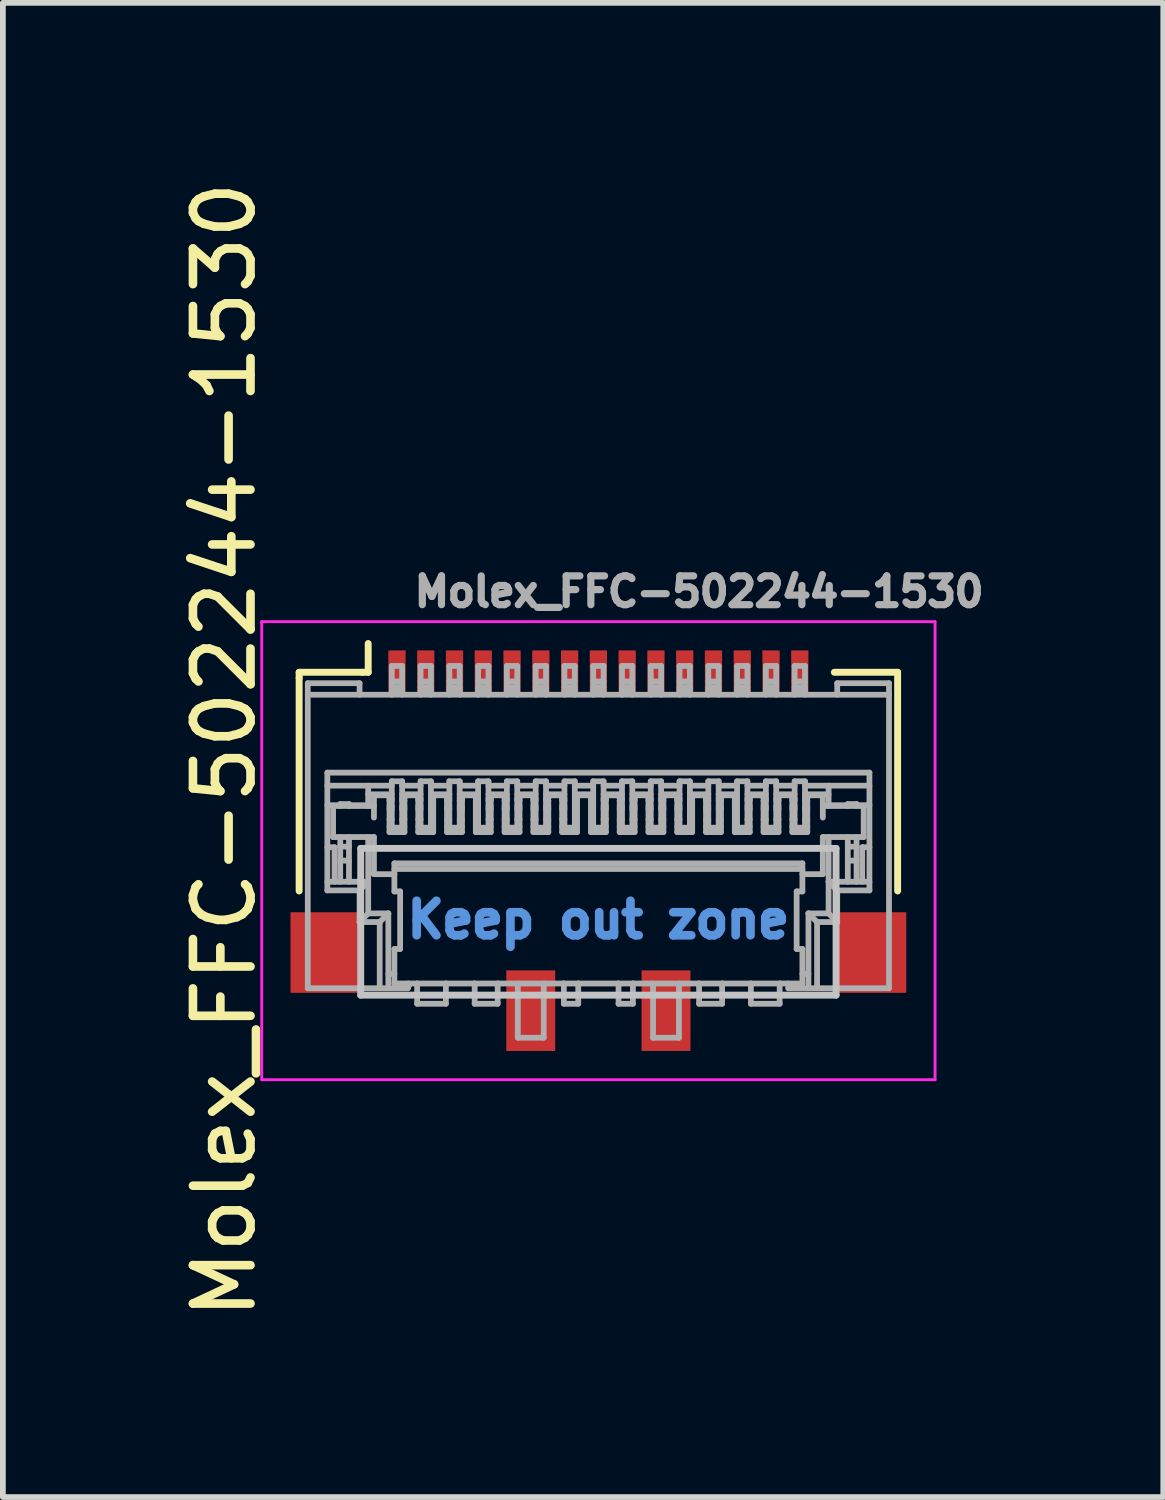
<source format=kicad_pcb>
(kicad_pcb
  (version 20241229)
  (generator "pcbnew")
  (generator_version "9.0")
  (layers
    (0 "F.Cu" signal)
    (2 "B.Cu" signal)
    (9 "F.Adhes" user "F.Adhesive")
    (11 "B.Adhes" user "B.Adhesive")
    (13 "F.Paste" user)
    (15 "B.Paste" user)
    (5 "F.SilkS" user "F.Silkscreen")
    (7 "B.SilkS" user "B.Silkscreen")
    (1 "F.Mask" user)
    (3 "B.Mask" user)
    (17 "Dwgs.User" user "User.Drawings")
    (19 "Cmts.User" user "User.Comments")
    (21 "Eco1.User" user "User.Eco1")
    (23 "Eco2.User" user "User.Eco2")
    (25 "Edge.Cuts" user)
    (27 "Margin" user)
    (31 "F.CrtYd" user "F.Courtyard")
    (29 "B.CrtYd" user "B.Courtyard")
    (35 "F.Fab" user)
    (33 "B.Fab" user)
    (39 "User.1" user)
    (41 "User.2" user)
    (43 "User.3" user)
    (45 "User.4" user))
  (footprint "Molex_FFC-502244-1530"
    (layer "F.Cu")
    (at 7.348 11.732)
    (property "Reference" "Molex_FFC-502244-1530" (at -6.5 -1.75 90) (layer "F.SilkS") (effects (font (size 1 1) (thickness 0.15))))
    (attr smd)
    (fp_line (start -5.2 -3.1) (end -4.1 -3.1) (stroke (width 0.12) (type solid)) (layer "F.SilkS"))
    (fp_line (start -5.2 -3) (end -5.2 -3.1) (stroke (width 0.12) (type solid)) (layer "F.SilkS"))
    (fp_line (start -5.2 0.7) (end -5.2 -3) (stroke (width 0.12) (type solid)) (layer "F.SilkS"))
    (fp_line (start -4.1 -3.1) (end -4 -3.1) (stroke (width 0.12) (type solid)) (layer "F.SilkS"))
    (fp_line (start -4 -3.1) (end -4 -3.6) (stroke (width 0.12) (type solid)) (layer "F.SilkS"))
    (fp_line (start 4.1 -3.1) (end 5.2 -3.1) (stroke (width 0.12) (type solid)) (layer "F.SilkS"))
    (fp_line (start 5.2 -3.1) (end 5.2 0.7) (stroke (width 0.12) (type solid)) (layer "F.SilkS"))
    (fp_line (start -4.13 -0.04) (end 4.13 -0.04) (stroke (width 0.12) (type solid)) (layer "Dwgs.User"))
    (fp_line (start -4.13 2.51) (end -4.13 -0.04) (stroke (width 0.12) (type solid)) (layer "Dwgs.User"))
    (fp_line (start 4.13 -0.04) (end 4.13 2.51) (stroke (width 0.12) (type solid)) (layer "Dwgs.User"))
    (fp_line (start 4.13 2.51) (end -4.13 2.51) (stroke (width 0.12) (type solid)) (layer "Dwgs.User"))
    (fp_line (start -5.85 -3.98) (end 5.85 -3.98) (stroke (width 0.05) (type solid)) (layer "F.CrtYd"))
    (fp_line (start -5.85 3.98) (end -5.85 -3.98) (stroke (width 0.05) (type solid)) (layer "F.CrtYd"))
    (fp_line (start 5.85 -3.98) (end 5.85 3.98) (stroke (width 0.05) (type solid)) (layer "F.CrtYd"))
    (fp_line (start 5.85 3.98) (end -5.85 3.98) (stroke (width 0.05) (type solid)) (layer "F.CrtYd"))
    (fp_line (start -5.05 -2.91) (end -5.05 2.39) (stroke (width 0.1) (type solid)) (layer "F.Fab"))
    (fp_line (start -5.05 2.39) (end -3.31 2.39) (stroke (width 0.1) (type solid)) (layer "F.Fab"))
    (fp_line (start -4.71 -1.356) (end 4.71 -1.356) (stroke (width 0.1) (type solid)) (layer "F.Fab"))
    (fp_line (start -4.71 0.54) (end -4 0.54) (stroke (width 0.1) (type solid)) (layer "F.Fab"))
    (fp_line (start -4.71 0.69) (end -4.71 -1.356) (stroke (width 0.1) (type solid)) (layer "F.Fab"))
    (fp_line (start -4.61 -0.777) (end -4.61 -0.237) (stroke (width 0.1) (type solid)) (layer "F.Fab"))
    (fp_line (start -4.61 -0.237) (end -3.9 -0.237) (stroke (width 0.1) (type solid)) (layer "F.Fab"))
    (fp_line (start -4.585 -0.06) (end -4.71 -0.06) (stroke (width 0.1) (type solid)) (layer "F.Fab"))
    (fp_line (start -4.585 0.54) (end -4.585 -0.06) (stroke (width 0.1) (type solid)) (layer "F.Fab"))
    (fp_line (start -4.486 -0.81) (end -4.486 -0.777) (stroke (width 0.1) (type solid)) (layer "F.Fab"))
    (fp_line (start -4.486 -0.79) (end -4.71 -0.79) (stroke (width 0.1) (type solid)) (layer "F.Fab"))
    (fp_line (start -4.486 -0.237) (end -4.486 0.54) (stroke (width 0.1) (type solid)) (layer "F.Fab"))
    (fp_line (start -4.334 -0.81) (end -4.486 -0.81) (stroke (width 0.1) (type solid)) (layer "F.Fab"))
    (fp_line (start -4.334 -0.777) (end -4.334 -0.81) (stroke (width 0.1) (type solid)) (layer "F.Fab"))
    (fp_line (start -4.334 -0.07) (end -4.486 -0.07) (stroke (width 0.1) (type solid)) (layer "F.Fab"))
    (fp_line (start -4.334 0.173) (end -4.486 0.173) (stroke (width 0.1) (type solid)) (layer "F.Fab"))
    (fp_line (start -4.334 0.54) (end -4.334 -0.237) (stroke (width 0.1) (type solid)) (layer "F.Fab"))
    (fp_line (start -4.15 -2.91) (end -5.05 -2.91) (stroke (width 0.1) (type solid)) (layer "F.Fab"))
    (fp_line (start -4.15 -2.71) (end -4.15 -2.91) (stroke (width 0.1) (type solid)) (layer "F.Fab"))
    (fp_line (start -4.15 0.69) (end -4.71 0.69) (stroke (width 0.1) (type solid)) (layer "F.Fab"))
    (fp_line (start -4.15 1.24) (end -4.15 0.69) (stroke (width 0.1) (type solid)) (layer "F.Fab"))
    (fp_line (start -4.15 1.24) (end -4 1.09) (stroke (width 0.1) (type solid)) (layer "F.Fab"))
    (fp_line (start -4 -1.13) (end -4 -0.777) (stroke (width 0.1) (type solid)) (layer "F.Fab"))
    (fp_line (start -4 -0.79) (end -4.334 -0.79) (stroke (width 0.1) (type solid)) (layer "F.Fab"))
    (fp_line (start -4 -0.237) (end -4 1.09) (stroke (width 0.1) (type solid)) (layer "F.Fab"))
    (fp_line (start -4 0.54) (end -4.15 0.69) (stroke (width 0.1) (type solid)) (layer "F.Fab"))
    (fp_line (start -3.9 -0.962) (end -3.9 -0.575) (stroke (width 0.1) (type solid)) (layer "F.Fab"))
    (fp_line (start -3.9 -0.777) (end -4.61 -0.777) (stroke (width 0.1) (type solid)) (layer "F.Fab"))
    (fp_line (start -3.9 -0.237) (end -3.9 0.408) (stroke (width 0.1) (type solid)) (layer "F.Fab"))
    (fp_line (start -3.9 0.408) (end -3.545 0.408) (stroke (width 0.1) (type solid)) (layer "F.Fab"))
    (fp_line (start -3.8 1.24) (end -4.15 1.24) (stroke (width 0.1) (type solid)) (layer "F.Fab"))
    (fp_line (start -3.8 1.24) (end -3.65 1.09) (stroke (width 0.1) (type solid)) (layer "F.Fab"))
    (fp_line (start -3.8 2.39) (end -3.8 1.24) (stroke (width 0.1) (type solid)) (layer "F.Fab"))
    (fp_line (start -3.65 1.09) (end -4 1.09) (stroke (width 0.1) (type solid)) (layer "F.Fab"))
    (fp_line (start -3.65 2.14) (end -3.545 2.14) (stroke (width 0.1) (type solid)) (layer "F.Fab"))
    (fp_line (start -3.65 2.39) (end -3.65 1.09) (stroke (width 0.1) (type solid)) (layer "F.Fab"))
    (fp_line (start -3.63 -0.962) (end -3.9 -0.962) (stroke (width 0.1) (type solid)) (layer "F.Fab"))
    (fp_line (start -3.63 -0.962) (end -3.63 -0.909) (stroke (width 0.1) (type solid)) (layer "F.Fab"))
    (fp_line (start -3.63 -0.872) (end -3.63 -0.323) (stroke (width 0.1) (type solid)) (layer "F.Fab"))
    (fp_line (start -3.63 -0.872) (end -3.59 -0.872) (stroke (width 0.1) (type solid)) (layer "F.Fab"))
    (fp_line (start -3.63 -0.766) (end -3.59 -0.766) (stroke (width 0.1) (type solid)) (layer "F.Fab"))
    (fp_line (start -3.63 -0.542) (end -3.59 -0.542) (stroke (width 0.1) (type solid)) (layer "F.Fab"))
    (fp_line (start -3.59 -3.21) (end -3.59 -2.71) (stroke (width 0.1) (type solid)) (layer "F.Fab"))
    (fp_line (start -3.59 -2.84) (end -3.41 -2.84) (stroke (width 0.1) (type solid)) (layer "F.Fab"))
    (fp_line (start -3.59 -1.206) (end -3.59 -0.4) (stroke (width 0.1) (type solid)) (layer "F.Fab"))
    (fp_line (start -3.59 -1.13) (end -4.71 -1.13) (stroke (width 0.1) (type solid)) (layer "F.Fab"))
    (fp_line (start -3.59 -0.98) (end -4 -0.98) (stroke (width 0.1) (type solid)) (layer "F.Fab"))
    (fp_line (start -3.59 -0.909) (end -3.63 -0.909) (stroke (width 0.1) (type solid)) (layer "F.Fab"))
    (fp_line (start -3.59 -0.719) (end -3.63 -0.719) (stroke (width 0.1) (type solid)) (layer "F.Fab"))
    (fp_line (start -3.59 -0.422) (end -3.63 -0.422) (stroke (width 0.1) (type solid)) (layer "F.Fab"))
    (fp_line (start -3.59 -0.4) (end -3.41 -0.4) (stroke (width 0.1) (type solid)) (layer "F.Fab"))
    (fp_line (start -3.545 0.22) (end -3.545 0.708) (stroke (width 0.1) (type solid)) (layer "F.Fab"))
    (fp_line (start -3.545 0.22) (end 3.545 0.22) (stroke (width 0.1) (type solid)) (layer "F.Fab"))
    (fp_line (start -3.545 0.318) (end 3.545 0.318) (stroke (width 0.1) (type solid)) (layer "F.Fab"))
    (fp_line (start -3.545 0.708) (end -3.445 0.708) (stroke (width 0.1) (type solid)) (layer "F.Fab"))
    (fp_line (start -3.545 1.708) (end -3.545 2.308) (stroke (width 0.1) (type solid)) (layer "F.Fab"))
    (fp_line (start -3.545 2.308) (end 3.545 2.308) (stroke (width 0.1) (type solid)) (layer "F.Fab"))
    (fp_line (start -3.445 0.708) (end -3.445 1.708) (stroke (width 0.1) (type solid)) (layer "F.Fab"))
    (fp_line (start -3.445 1.708) (end -3.545 1.708) (stroke (width 0.1) (type solid)) (layer "F.Fab"))
    (fp_line (start -3.41 -3.21) (end -3.59 -3.21) (stroke (width 0.1) (type solid)) (layer "F.Fab"))
    (fp_line (start -3.41 -3.21) (end -3.41 -2.71) (stroke (width 0.1) (type solid)) (layer "F.Fab"))
    (fp_line (start -3.41 -2.94) (end -3.59 -2.94) (stroke (width 0.1) (type solid)) (layer "F.Fab"))
    (fp_line (start -3.41 -2.79) (end -3.59 -2.79) (stroke (width 0.1) (type solid)) (layer "F.Fab"))
    (fp_line (start -3.41 -1.206) (end -3.59 -1.206) (stroke (width 0.1) (type solid)) (layer "F.Fab"))
    (fp_line (start -3.41 -1.13) (end -3.09 -1.13) (stroke (width 0.1) (type solid)) (layer "F.Fab"))
    (fp_line (start -3.41 -0.872) (end -3.37 -0.872) (stroke (width 0.1) (type solid)) (layer "F.Fab"))
    (fp_line (start -3.41 -0.766) (end -3.37 -0.766) (stroke (width 0.1) (type solid)) (layer "F.Fab"))
    (fp_line (start -3.41 -0.542) (end -3.37 -0.542) (stroke (width 0.1) (type solid)) (layer "F.Fab"))
    (fp_line (start -3.41 -0.4) (end -3.41 -1.206) (stroke (width 0.1) (type solid)) (layer "F.Fab"))
    (fp_line (start -3.37 -0.962) (end -3.37 -0.909) (stroke (width 0.1) (type solid)) (layer "F.Fab"))
    (fp_line (start -3.37 -0.909) (end -3.41 -0.909) (stroke (width 0.1) (type solid)) (layer "F.Fab"))
    (fp_line (start -3.37 -0.872) (end -3.37 -0.323) (stroke (width 0.1) (type solid)) (layer "F.Fab"))
    (fp_line (start -3.37 -0.719) (end -3.41 -0.719) (stroke (width 0.1) (type solid)) (layer "F.Fab"))
    (fp_line (start -3.37 -0.422) (end -3.41 -0.422) (stroke (width 0.1) (type solid)) (layer "F.Fab"))
    (fp_line (start -3.37 -0.323) (end -3.63 -0.323) (stroke (width 0.1) (type solid)) (layer "F.Fab"))
    (fp_line (start -3.3 2.359) (end -3.31 2.39) (stroke (width 0.1) (type solid)) (layer "F.Fab"))
    (fp_line (start -3.3 2.359) (end -3.3 2.308) (stroke (width 0.1) (type solid)) (layer "F.Fab"))
    (fp_line (start -3.15 2.66) (end -3.15 2.308) (stroke (width 0.1) (type solid)) (layer "F.Fab"))
    (fp_line (start -3.15 2.66) (end -2.65 2.66) (stroke (width 0.1) (type solid)) (layer "F.Fab"))
    (fp_line (start -3.13 -0.962) (end -3.37 -0.962) (stroke (width 0.1) (type solid)) (layer "F.Fab"))
    (fp_line (start -3.13 -0.962) (end -3.13 -0.909) (stroke (width 0.1) (type solid)) (layer "F.Fab"))
    (fp_line (start -3.13 -0.872) (end -3.09 -0.872) (stroke (width 0.1) (type solid)) (layer "F.Fab"))
    (fp_line (start -3.13 -0.766) (end -3.09 -0.766) (stroke (width 0.1) (type solid)) (layer "F.Fab"))
    (fp_line (start -3.13 -0.542) (end -3.09 -0.542) (stroke (width 0.1) (type solid)) (layer "F.Fab"))
    (fp_line (start -3.13 -0.323) (end -3.13 -0.872) (stroke (width 0.1) (type solid)) (layer "F.Fab"))
    (fp_line (start -3.09 -3.21) (end -3.09 -2.71) (stroke (width 0.1) (type solid)) (layer "F.Fab"))
    (fp_line (start -3.09 -2.84) (end -2.91 -2.84) (stroke (width 0.1) (type solid)) (layer "F.Fab"))
    (fp_line (start -3.09 -1.206) (end -3.09 -0.4) (stroke (width 0.1) (type solid)) (layer "F.Fab"))
    (fp_line (start -3.09 -0.98) (end -3.41 -0.98) (stroke (width 0.1) (type solid)) (layer "F.Fab"))
    (fp_line (start -3.09 -0.909) (end -3.13 -0.909) (stroke (width 0.1) (type solid)) (layer "F.Fab"))
    (fp_line (start -3.09 -0.719) (end -3.13 -0.719) (stroke (width 0.1) (type solid)) (layer "F.Fab"))
    (fp_line (start -3.09 -0.422) (end -3.13 -0.422) (stroke (width 0.1) (type solid)) (layer "F.Fab"))
    (fp_line (start -3.09 -0.4) (end -2.91 -0.4) (stroke (width 0.1) (type solid)) (layer "F.Fab"))
    (fp_line (start -2.91 -3.21) (end -3.09 -3.21) (stroke (width 0.1) (type solid)) (layer "F.Fab"))
    (fp_line (start -2.91 -3.21) (end -2.91 -2.71) (stroke (width 0.1) (type solid)) (layer "F.Fab"))
    (fp_line (start -2.91 -2.94) (end -3.09 -2.94) (stroke (width 0.1) (type solid)) (layer "F.Fab"))
    (fp_line (start -2.91 -2.79) (end -3.09 -2.79) (stroke (width 0.1) (type solid)) (layer "F.Fab"))
    (fp_line (start -2.91 -1.206) (end -3.09 -1.206) (stroke (width 0.1) (type solid)) (layer "F.Fab"))
    (fp_line (start -2.91 -1.13) (end -2.59 -1.13) (stroke (width 0.1) (type solid)) (layer "F.Fab"))
    (fp_line (start -2.91 -0.872) (end -2.87 -0.872) (stroke (width 0.1) (type solid)) (layer "F.Fab"))
    (fp_line (start -2.91 -0.766) (end -2.87 -0.766) (stroke (width 0.1) (type solid)) (layer "F.Fab"))
    (fp_line (start -2.91 -0.542) (end -2.87 -0.542) (stroke (width 0.1) (type solid)) (layer "F.Fab"))
    (fp_line (start -2.91 -0.4) (end -2.91 -1.206) (stroke (width 0.1) (type solid)) (layer "F.Fab"))
    (fp_line (start -2.87 -0.962) (end -2.87 -0.909) (stroke (width 0.1) (type solid)) (layer "F.Fab"))
    (fp_line (start -2.87 -0.909) (end -2.91 -0.909) (stroke (width 0.1) (type solid)) (layer "F.Fab"))
    (fp_line (start -2.87 -0.872) (end -2.87 -0.323) (stroke (width 0.1) (type solid)) (layer "F.Fab"))
    (fp_line (start -2.87 -0.719) (end -2.91 -0.719) (stroke (width 0.1) (type solid)) (layer "F.Fab"))
    (fp_line (start -2.87 -0.422) (end -2.91 -0.422) (stroke (width 0.1) (type solid)) (layer "F.Fab"))
    (fp_line (start -2.87 -0.323) (end -3.13 -0.323) (stroke (width 0.1) (type solid)) (layer "F.Fab"))
    (fp_line (start -2.65 2.66) (end -2.65 2.308) (stroke (width 0.1) (type solid)) (layer "F.Fab"))
    (fp_line (start -2.63 -0.962) (end -2.87 -0.962) (stroke (width 0.1) (type solid)) (layer "F.Fab"))
    (fp_line (start -2.63 -0.962) (end -2.63 -0.909) (stroke (width 0.1) (type solid)) (layer "F.Fab"))
    (fp_line (start -2.63 -0.872) (end -2.59 -0.872) (stroke (width 0.1) (type solid)) (layer "F.Fab"))
    (fp_line (start -2.63 -0.766) (end -2.59 -0.766) (stroke (width 0.1) (type solid)) (layer "F.Fab"))
    (fp_line (start -2.63 -0.542) (end -2.59 -0.542) (stroke (width 0.1) (type solid)) (layer "F.Fab"))
    (fp_line (start -2.63 -0.323) (end -2.63 -0.872) (stroke (width 0.1) (type solid)) (layer "F.Fab"))
    (fp_line (start -2.59 -3.21) (end -2.59 -2.71) (stroke (width 0.1) (type solid)) (layer "F.Fab"))
    (fp_line (start -2.59 -2.84) (end -2.41 -2.84) (stroke (width 0.1) (type solid)) (layer "F.Fab"))
    (fp_line (start -2.59 -1.206) (end -2.59 -0.4) (stroke (width 0.1) (type solid)) (layer "F.Fab"))
    (fp_line (start -2.59 -0.98) (end -2.91 -0.98) (stroke (width 0.1) (type solid)) (layer "F.Fab"))
    (fp_line (start -2.59 -0.909) (end -2.63 -0.909) (stroke (width 0.1) (type solid)) (layer "F.Fab"))
    (fp_line (start -2.59 -0.719) (end -2.63 -0.719) (stroke (width 0.1) (type solid)) (layer "F.Fab"))
    (fp_line (start -2.59 -0.422) (end -2.63 -0.422) (stroke (width 0.1) (type solid)) (layer "F.Fab"))
    (fp_line (start -2.59 -0.4) (end -2.41 -0.4) (stroke (width 0.1) (type solid)) (layer "F.Fab"))
    (fp_line (start -2.41 -3.21) (end -2.59 -3.21) (stroke (width 0.1) (type solid)) (layer "F.Fab"))
    (fp_line (start -2.41 -3.21) (end -2.41 -2.71) (stroke (width 0.1) (type solid)) (layer "F.Fab"))
    (fp_line (start -2.41 -2.94) (end -2.59 -2.94) (stroke (width 0.1) (type solid)) (layer "F.Fab"))
    (fp_line (start -2.41 -2.79) (end -2.59 -2.79) (stroke (width 0.1) (type solid)) (layer "F.Fab"))
    (fp_line (start -2.41 -1.206) (end -2.59 -1.206) (stroke (width 0.1) (type solid)) (layer "F.Fab"))
    (fp_line (start -2.41 -1.13) (end -2.09 -1.13) (stroke (width 0.1) (type solid)) (layer "F.Fab"))
    (fp_line (start -2.41 -0.872) (end -2.37 -0.872) (stroke (width 0.1) (type solid)) (layer "F.Fab"))
    (fp_line (start -2.41 -0.766) (end -2.37 -0.766) (stroke (width 0.1) (type solid)) (layer "F.Fab"))
    (fp_line (start -2.41 -0.542) (end -2.37 -0.542) (stroke (width 0.1) (type solid)) (layer "F.Fab"))
    (fp_line (start -2.41 -0.4) (end -2.41 -1.206) (stroke (width 0.1) (type solid)) (layer "F.Fab"))
    (fp_line (start -2.37 -0.962) (end -2.37 -0.909) (stroke (width 0.1) (type solid)) (layer "F.Fab"))
    (fp_line (start -2.37 -0.909) (end -2.41 -0.909) (stroke (width 0.1) (type solid)) (layer "F.Fab"))
    (fp_line (start -2.37 -0.872) (end -2.37 -0.323) (stroke (width 0.1) (type solid)) (layer "F.Fab"))
    (fp_line (start -2.37 -0.719) (end -2.41 -0.719) (stroke (width 0.1) (type solid)) (layer "F.Fab"))
    (fp_line (start -2.37 -0.422) (end -2.41 -0.422) (stroke (width 0.1) (type solid)) (layer "F.Fab"))
    (fp_line (start -2.37 -0.323) (end -2.63 -0.323) (stroke (width 0.1) (type solid)) (layer "F.Fab"))
    (fp_line (start -2.15 2.66) (end -2.15 2.308) (stroke (width 0.1) (type solid)) (layer "F.Fab"))
    (fp_line (start -2.15 2.66) (end -1.75 2.66) (stroke (width 0.1) (type solid)) (layer "F.Fab"))
    (fp_line (start -2.13 -0.962) (end -2.37 -0.962) (stroke (width 0.1) (type solid)) (layer "F.Fab"))
    (fp_line (start -2.13 -0.962) (end -2.13 -0.909) (stroke (width 0.1) (type solid)) (layer "F.Fab"))
    (fp_line (start -2.13 -0.872) (end -2.09 -0.872) (stroke (width 0.1) (type solid)) (layer "F.Fab"))
    (fp_line (start -2.13 -0.766) (end -2.09 -0.766) (stroke (width 0.1) (type solid)) (layer "F.Fab"))
    (fp_line (start -2.13 -0.542) (end -2.09 -0.542) (stroke (width 0.1) (type solid)) (layer "F.Fab"))
    (fp_line (start -2.13 -0.323) (end -2.13 -0.872) (stroke (width 0.1) (type solid)) (layer "F.Fab"))
    (fp_line (start -2.09 -3.21) (end -2.09 -2.71) (stroke (width 0.1) (type solid)) (layer "F.Fab"))
    (fp_line (start -2.09 -2.84) (end -1.91 -2.84) (stroke (width 0.1) (type solid)) (layer "F.Fab"))
    (fp_line (start -2.09 -1.206) (end -2.09 -0.4) (stroke (width 0.1) (type solid)) (layer "F.Fab"))
    (fp_line (start -2.09 -0.98) (end -2.41 -0.98) (stroke (width 0.1) (type solid)) (layer "F.Fab"))
    (fp_line (start -2.09 -0.909) (end -2.13 -0.909) (stroke (width 0.1) (type solid)) (layer "F.Fab"))
    (fp_line (start -2.09 -0.719) (end -2.13 -0.719) (stroke (width 0.1) (type solid)) (layer "F.Fab"))
    (fp_line (start -2.09 -0.422) (end -2.13 -0.422) (stroke (width 0.1) (type solid)) (layer "F.Fab"))
    (fp_line (start -2.09 -0.4) (end -1.91 -0.4) (stroke (width 0.1) (type solid)) (layer "F.Fab"))
    (fp_line (start -1.91 -3.21) (end -2.09 -3.21) (stroke (width 0.1) (type solid)) (layer "F.Fab"))
    (fp_line (start -1.91 -3.21) (end -1.91 -2.71) (stroke (width 0.1) (type solid)) (layer "F.Fab"))
    (fp_line (start -1.91 -2.94) (end -2.09 -2.94) (stroke (width 0.1) (type solid)) (layer "F.Fab"))
    (fp_line (start -1.91 -2.79) (end -2.09 -2.79) (stroke (width 0.1) (type solid)) (layer "F.Fab"))
    (fp_line (start -1.91 -1.206) (end -2.09 -1.206) (stroke (width 0.1) (type solid)) (layer "F.Fab"))
    (fp_line (start -1.91 -1.13) (end -1.59 -1.13) (stroke (width 0.1) (type solid)) (layer "F.Fab"))
    (fp_line (start -1.91 -0.872) (end -1.87 -0.872) (stroke (width 0.1) (type solid)) (layer "F.Fab"))
    (fp_line (start -1.91 -0.766) (end -1.87 -0.766) (stroke (width 0.1) (type solid)) (layer "F.Fab"))
    (fp_line (start -1.91 -0.542) (end -1.87 -0.542) (stroke (width 0.1) (type solid)) (layer "F.Fab"))
    (fp_line (start -1.91 -0.4) (end -1.91 -1.206) (stroke (width 0.1) (type solid)) (layer "F.Fab"))
    (fp_line (start -1.87 -0.962) (end -1.87 -0.909) (stroke (width 0.1) (type solid)) (layer "F.Fab"))
    (fp_line (start -1.87 -0.909) (end -1.91 -0.909) (stroke (width 0.1) (type solid)) (layer "F.Fab"))
    (fp_line (start -1.87 -0.872) (end -1.87 -0.323) (stroke (width 0.1) (type solid)) (layer "F.Fab"))
    (fp_line (start -1.87 -0.719) (end -1.91 -0.719) (stroke (width 0.1) (type solid)) (layer "F.Fab"))
    (fp_line (start -1.87 -0.422) (end -1.91 -0.422) (stroke (width 0.1) (type solid)) (layer "F.Fab"))
    (fp_line (start -1.87 -0.323) (end -2.13 -0.323) (stroke (width 0.1) (type solid)) (layer "F.Fab"))
    (fp_line (start -1.75 2.66) (end -1.75 2.308) (stroke (width 0.1) (type solid)) (layer "F.Fab"))
    (fp_line (start -1.63 -0.962) (end -1.87 -0.962) (stroke (width 0.1) (type solid)) (layer "F.Fab"))
    (fp_line (start -1.63 -0.962) (end -1.63 -0.909) (stroke (width 0.1) (type solid)) (layer "F.Fab"))
    (fp_line (start -1.63 -0.872) (end -1.59 -0.872) (stroke (width 0.1) (type solid)) (layer "F.Fab"))
    (fp_line (start -1.63 -0.766) (end -1.59 -0.766) (stroke (width 0.1) (type solid)) (layer "F.Fab"))
    (fp_line (start -1.63 -0.542) (end -1.59 -0.542) (stroke (width 0.1) (type solid)) (layer "F.Fab"))
    (fp_line (start -1.63 -0.323) (end -1.63 -0.872) (stroke (width 0.1) (type solid)) (layer "F.Fab"))
    (fp_line (start -1.59 -3.21) (end -1.59 -2.71) (stroke (width 0.1) (type solid)) (layer "F.Fab"))
    (fp_line (start -1.59 -2.84) (end -1.41 -2.84) (stroke (width 0.1) (type solid)) (layer "F.Fab"))
    (fp_line (start -1.59 -1.206) (end -1.59 -0.4) (stroke (width 0.1) (type solid)) (layer "F.Fab"))
    (fp_line (start -1.59 -0.98) (end -1.91 -0.98) (stroke (width 0.1) (type solid)) (layer "F.Fab"))
    (fp_line (start -1.59 -0.909) (end -1.63 -0.909) (stroke (width 0.1) (type solid)) (layer "F.Fab"))
    (fp_line (start -1.59 -0.719) (end -1.63 -0.719) (stroke (width 0.1) (type solid)) (layer "F.Fab"))
    (fp_line (start -1.59 -0.422) (end -1.63 -0.422) (stroke (width 0.1) (type solid)) (layer "F.Fab"))
    (fp_line (start -1.59 -0.4) (end -1.41 -0.4) (stroke (width 0.1) (type solid)) (layer "F.Fab"))
    (fp_line (start -1.41 -3.21) (end -1.59 -3.21) (stroke (width 0.1) (type solid)) (layer "F.Fab"))
    (fp_line (start -1.41 -3.21) (end -1.41 -2.71) (stroke (width 0.1) (type solid)) (layer "F.Fab"))
    (fp_line (start -1.41 -2.94) (end -1.59 -2.94) (stroke (width 0.1) (type solid)) (layer "F.Fab"))
    (fp_line (start -1.41 -2.79) (end -1.59 -2.79) (stroke (width 0.1) (type solid)) (layer "F.Fab"))
    (fp_line (start -1.41 -1.206) (end -1.59 -1.206) (stroke (width 0.1) (type solid)) (layer "F.Fab"))
    (fp_line (start -1.41 -1.13) (end -1.09 -1.13) (stroke (width 0.1) (type solid)) (layer "F.Fab"))
    (fp_line (start -1.41 -0.872) (end -1.37 -0.872) (stroke (width 0.1) (type solid)) (layer "F.Fab"))
    (fp_line (start -1.41 -0.766) (end -1.37 -0.766) (stroke (width 0.1) (type solid)) (layer "F.Fab"))
    (fp_line (start -1.41 -0.542) (end -1.37 -0.542) (stroke (width 0.1) (type solid)) (layer "F.Fab"))
    (fp_line (start -1.41 -0.4) (end -1.41 -1.206) (stroke (width 0.1) (type solid)) (layer "F.Fab"))
    (fp_line (start -1.4 3.25) (end -1.4 2.34) (stroke (width 0.1) (type solid)) (layer "F.Fab"))
    (fp_line (start -1.4 3.25) (end -0.95 3.25) (stroke (width 0.1) (type solid)) (layer "F.Fab"))
    (fp_line (start -1.37 -0.962) (end -1.37 -0.909) (stroke (width 0.1) (type solid)) (layer "F.Fab"))
    (fp_line (start -1.37 -0.909) (end -1.41 -0.909) (stroke (width 0.1) (type solid)) (layer "F.Fab"))
    (fp_line (start -1.37 -0.872) (end -1.37 -0.323) (stroke (width 0.1) (type solid)) (layer "F.Fab"))
    (fp_line (start -1.37 -0.719) (end -1.41 -0.719) (stroke (width 0.1) (type solid)) (layer "F.Fab"))
    (fp_line (start -1.37 -0.422) (end -1.41 -0.422) (stroke (width 0.1) (type solid)) (layer "F.Fab"))
    (fp_line (start -1.37 -0.323) (end -1.63 -0.323) (stroke (width 0.1) (type solid)) (layer "F.Fab"))
    (fp_line (start -1.13 -0.962) (end -1.37 -0.962) (stroke (width 0.1) (type solid)) (layer "F.Fab"))
    (fp_line (start -1.13 -0.962) (end -1.13 -0.909) (stroke (width 0.1) (type solid)) (layer "F.Fab"))
    (fp_line (start -1.13 -0.872) (end -1.09 -0.872) (stroke (width 0.1) (type solid)) (layer "F.Fab"))
    (fp_line (start -1.13 -0.766) (end -1.09 -0.766) (stroke (width 0.1) (type solid)) (layer "F.Fab"))
    (fp_line (start -1.13 -0.542) (end -1.09 -0.542) (stroke (width 0.1) (type solid)) (layer "F.Fab"))
    (fp_line (start -1.13 -0.323) (end -1.13 -0.872) (stroke (width 0.1) (type solid)) (layer "F.Fab"))
    (fp_line (start -1.09 -3.21) (end -1.09 -2.71) (stroke (width 0.1) (type solid)) (layer "F.Fab"))
    (fp_line (start -1.09 -2.84) (end -0.91 -2.84) (stroke (width 0.1) (type solid)) (layer "F.Fab"))
    (fp_line (start -1.09 -1.206) (end -1.09 -0.4) (stroke (width 0.1) (type solid)) (layer "F.Fab"))
    (fp_line (start -1.09 -0.98) (end -1.41 -0.98) (stroke (width 0.1) (type solid)) (layer "F.Fab"))
    (fp_line (start -1.09 -0.909) (end -1.13 -0.909) (stroke (width 0.1) (type solid)) (layer "F.Fab"))
    (fp_line (start -1.09 -0.719) (end -1.13 -0.719) (stroke (width 0.1) (type solid)) (layer "F.Fab"))
    (fp_line (start -1.09 -0.422) (end -1.13 -0.422) (stroke (width 0.1) (type solid)) (layer "F.Fab"))
    (fp_line (start -1.09 -0.4) (end -0.91 -0.4) (stroke (width 0.1) (type solid)) (layer "F.Fab"))
    (fp_line (start -0.95 2.34) (end -0.95 3.25) (stroke (width 0.1) (type solid)) (layer "F.Fab"))
    (fp_line (start -0.91 -3.21) (end -1.09 -3.21) (stroke (width 0.1) (type solid)) (layer "F.Fab"))
    (fp_line (start -0.91 -3.21) (end -0.91 -2.71) (stroke (width 0.1) (type solid)) (layer "F.Fab"))
    (fp_line (start -0.91 -2.94) (end -1.09 -2.94) (stroke (width 0.1) (type solid)) (layer "F.Fab"))
    (fp_line (start -0.91 -2.79) (end -1.09 -2.79) (stroke (width 0.1) (type solid)) (layer "F.Fab"))
    (fp_line (start -0.91 -1.206) (end -1.09 -1.206) (stroke (width 0.1) (type solid)) (layer "F.Fab"))
    (fp_line (start -0.91 -1.13) (end -0.59 -1.13) (stroke (width 0.1) (type solid)) (layer "F.Fab"))
    (fp_line (start -0.91 -0.872) (end -0.87 -0.872) (stroke (width 0.1) (type solid)) (layer "F.Fab"))
    (fp_line (start -0.91 -0.766) (end -0.87 -0.766) (stroke (width 0.1) (type solid)) (layer "F.Fab"))
    (fp_line (start -0.91 -0.542) (end -0.87 -0.542) (stroke (width 0.1) (type solid)) (layer "F.Fab"))
    (fp_line (start -0.91 -0.4) (end -0.91 -1.206) (stroke (width 0.1) (type solid)) (layer "F.Fab"))
    (fp_line (start -0.87 -0.962) (end -0.87 -0.909) (stroke (width 0.1) (type solid)) (layer "F.Fab"))
    (fp_line (start -0.87 -0.909) (end -0.91 -0.909) (stroke (width 0.1) (type solid)) (layer "F.Fab"))
    (fp_line (start -0.87 -0.872) (end -0.87 -0.323) (stroke (width 0.1) (type solid)) (layer "F.Fab"))
    (fp_line (start -0.87 -0.719) (end -0.91 -0.719) (stroke (width 0.1) (type solid)) (layer "F.Fab"))
    (fp_line (start -0.87 -0.422) (end -0.91 -0.422) (stroke (width 0.1) (type solid)) (layer "F.Fab"))
    (fp_line (start -0.87 -0.323) (end -1.13 -0.323) (stroke (width 0.1) (type solid)) (layer "F.Fab"))
    (fp_line (start -0.63 -0.962) (end -0.87 -0.962) (stroke (width 0.1) (type solid)) (layer "F.Fab"))
    (fp_line (start -0.63 -0.962) (end -0.63 -0.909) (stroke (width 0.1) (type solid)) (layer "F.Fab"))
    (fp_line (start -0.63 -0.872) (end -0.59 -0.872) (stroke (width 0.1) (type solid)) (layer "F.Fab"))
    (fp_line (start -0.63 -0.766) (end -0.59 -0.766) (stroke (width 0.1) (type solid)) (layer "F.Fab"))
    (fp_line (start -0.63 -0.542) (end -0.59 -0.542) (stroke (width 0.1) (type solid)) (layer "F.Fab"))
    (fp_line (start -0.63 -0.323) (end -0.63 -0.872) (stroke (width 0.1) (type solid)) (layer "F.Fab"))
    (fp_line (start -0.6 2.66) (end -0.6 2.308) (stroke (width 0.1) (type solid)) (layer "F.Fab"))
    (fp_line (start -0.6 2.66) (end -0.35 2.66) (stroke (width 0.1) (type solid)) (layer "F.Fab"))
    (fp_line (start -0.59 -3.21) (end -0.59 -2.71) (stroke (width 0.1) (type solid)) (layer "F.Fab"))
    (fp_line (start -0.59 -2.84) (end -0.41 -2.84) (stroke (width 0.1) (type solid)) (layer "F.Fab"))
    (fp_line (start -0.59 -1.206) (end -0.59 -0.4) (stroke (width 0.1) (type solid)) (layer "F.Fab"))
    (fp_line (start -0.59 -0.98) (end -0.91 -0.98) (stroke (width 0.1) (type solid)) (layer "F.Fab"))
    (fp_line (start -0.59 -0.909) (end -0.63 -0.909) (stroke (width 0.1) (type solid)) (layer "F.Fab"))
    (fp_line (start -0.59 -0.719) (end -0.63 -0.719) (stroke (width 0.1) (type solid)) (layer "F.Fab"))
    (fp_line (start -0.59 -0.422) (end -0.63 -0.422) (stroke (width 0.1) (type solid)) (layer "F.Fab"))
    (fp_line (start -0.59 -0.4) (end -0.41 -0.4) (stroke (width 0.1) (type solid)) (layer "F.Fab"))
    (fp_line (start -0.41 -3.21) (end -0.59 -3.21) (stroke (width 0.1) (type solid)) (layer "F.Fab"))
    (fp_line (start -0.41 -3.21) (end -0.41 -2.71) (stroke (width 0.1) (type solid)) (layer "F.Fab"))
    (fp_line (start -0.41 -2.94) (end -0.59 -2.94) (stroke (width 0.1) (type solid)) (layer "F.Fab"))
    (fp_line (start -0.41 -2.79) (end -0.59 -2.79) (stroke (width 0.1) (type solid)) (layer "F.Fab"))
    (fp_line (start -0.41 -1.206) (end -0.59 -1.206) (stroke (width 0.1) (type solid)) (layer "F.Fab"))
    (fp_line (start -0.41 -1.13) (end -0.09 -1.13) (stroke (width 0.1) (type solid)) (layer "F.Fab"))
    (fp_line (start -0.41 -0.872) (end -0.37 -0.872) (stroke (width 0.1) (type solid)) (layer "F.Fab"))
    (fp_line (start -0.41 -0.766) (end -0.37 -0.766) (stroke (width 0.1) (type solid)) (layer "F.Fab"))
    (fp_line (start -0.41 -0.542) (end -0.37 -0.542) (stroke (width 0.1) (type solid)) (layer "F.Fab"))
    (fp_line (start -0.41 -0.4) (end -0.41 -1.206) (stroke (width 0.1) (type solid)) (layer "F.Fab"))
    (fp_line (start -0.37 -0.962) (end -0.37 -0.909) (stroke (width 0.1) (type solid)) (layer "F.Fab"))
    (fp_line (start -0.37 -0.909) (end -0.41 -0.909) (stroke (width 0.1) (type solid)) (layer "F.Fab"))
    (fp_line (start -0.37 -0.872) (end -0.37 -0.323) (stroke (width 0.1) (type solid)) (layer "F.Fab"))
    (fp_line (start -0.37 -0.719) (end -0.41 -0.719) (stroke (width 0.1) (type solid)) (layer "F.Fab"))
    (fp_line (start -0.37 -0.422) (end -0.41 -0.422) (stroke (width 0.1) (type solid)) (layer "F.Fab"))
    (fp_line (start -0.37 -0.323) (end -0.63 -0.323) (stroke (width 0.1) (type solid)) (layer "F.Fab"))
    (fp_line (start -0.35 2.66) (end -0.35 2.308) (stroke (width 0.1) (type solid)) (layer "F.Fab"))
    (fp_line (start -0.13 -0.962) (end -0.37 -0.962) (stroke (width 0.1) (type solid)) (layer "F.Fab"))
    (fp_line (start -0.13 -0.962) (end -0.13 -0.909) (stroke (width 0.1) (type solid)) (layer "F.Fab"))
    (fp_line (start -0.13 -0.872) (end -0.09 -0.872) (stroke (width 0.1) (type solid)) (layer "F.Fab"))
    (fp_line (start -0.13 -0.766) (end -0.09 -0.766) (stroke (width 0.1) (type solid)) (layer "F.Fab"))
    (fp_line (start -0.13 -0.542) (end -0.09 -0.542) (stroke (width 0.1) (type solid)) (layer "F.Fab"))
    (fp_line (start -0.13 -0.323) (end -0.13 -0.872) (stroke (width 0.1) (type solid)) (layer "F.Fab"))
    (fp_line (start -0.09 -3.21) (end -0.09 -2.71) (stroke (width 0.1) (type solid)) (layer "F.Fab"))
    (fp_line (start -0.09 -2.84) (end 0.09 -2.84) (stroke (width 0.1) (type solid)) (layer "F.Fab"))
    (fp_line (start -0.09 -1.206) (end -0.09 -0.4) (stroke (width 0.1) (type solid)) (layer "F.Fab"))
    (fp_line (start -0.09 -0.98) (end -0.41 -0.98) (stroke (width 0.1) (type solid)) (layer "F.Fab"))
    (fp_line (start -0.09 -0.909) (end -0.13 -0.909) (stroke (width 0.1) (type solid)) (layer "F.Fab"))
    (fp_line (start -0.09 -0.719) (end -0.13 -0.719) (stroke (width 0.1) (type solid)) (layer "F.Fab"))
    (fp_line (start -0.09 -0.422) (end -0.13 -0.422) (stroke (width 0.1) (type solid)) (layer "F.Fab"))
    (fp_line (start -0.09 -0.4) (end 0.09 -0.4) (stroke (width 0.1) (type solid)) (layer "F.Fab"))
    (fp_line (start 0.09 -3.21) (end -0.09 -3.21) (stroke (width 0.1) (type solid)) (layer "F.Fab"))
    (fp_line (start 0.09 -3.21) (end 0.09 -2.71) (stroke (width 0.1) (type solid)) (layer "F.Fab"))
    (fp_line (start 0.09 -2.94) (end -0.09 -2.94) (stroke (width 0.1) (type solid)) (layer "F.Fab"))
    (fp_line (start 0.09 -2.79) (end -0.09 -2.79) (stroke (width 0.1) (type solid)) (layer "F.Fab"))
    (fp_line (start 0.09 -1.206) (end -0.09 -1.206) (stroke (width 0.1) (type solid)) (layer "F.Fab"))
    (fp_line (start 0.09 -1.13) (end 0.41 -1.13) (stroke (width 0.1) (type solid)) (layer "F.Fab"))
    (fp_line (start 0.09 -0.872) (end 0.13 -0.872) (stroke (width 0.1) (type solid)) (layer "F.Fab"))
    (fp_line (start 0.09 -0.766) (end 0.13 -0.766) (stroke (width 0.1) (type solid)) (layer "F.Fab"))
    (fp_line (start 0.09 -0.542) (end 0.13 -0.542) (stroke (width 0.1) (type solid)) (layer "F.Fab"))
    (fp_line (start 0.09 -0.4) (end 0.09 -1.206) (stroke (width 0.1) (type solid)) (layer "F.Fab"))
    (fp_line (start 0.13 -0.962) (end 0.13 -0.909) (stroke (width 0.1) (type solid)) (layer "F.Fab"))
    (fp_line (start 0.13 -0.909) (end 0.09 -0.909) (stroke (width 0.1) (type solid)) (layer "F.Fab"))
    (fp_line (start 0.13 -0.872) (end 0.13 -0.323) (stroke (width 0.1) (type solid)) (layer "F.Fab"))
    (fp_line (start 0.13 -0.719) (end 0.09 -0.719) (stroke (width 0.1) (type solid)) (layer "F.Fab"))
    (fp_line (start 0.13 -0.422) (end 0.09 -0.422) (stroke (width 0.1) (type solid)) (layer "F.Fab"))
    (fp_line (start 0.13 -0.323) (end -0.13 -0.323) (stroke (width 0.1) (type solid)) (layer "F.Fab"))
    (fp_line (start 0.35 2.66) (end 0.35 2.308) (stroke (width 0.1) (type solid)) (layer "F.Fab"))
    (fp_line (start 0.35 2.66) (end 0.6 2.66) (stroke (width 0.1) (type solid)) (layer "F.Fab"))
    (fp_line (start 0.37 -0.962) (end 0.13 -0.962) (stroke (width 0.1) (type solid)) (layer "F.Fab"))
    (fp_line (start 0.37 -0.962) (end 0.37 -0.909) (stroke (width 0.1) (type solid)) (layer "F.Fab"))
    (fp_line (start 0.37 -0.872) (end 0.41 -0.872) (stroke (width 0.1) (type solid)) (layer "F.Fab"))
    (fp_line (start 0.37 -0.766) (end 0.41 -0.766) (stroke (width 0.1) (type solid)) (layer "F.Fab"))
    (fp_line (start 0.37 -0.542) (end 0.41 -0.542) (stroke (width 0.1) (type solid)) (layer "F.Fab"))
    (fp_line (start 0.37 -0.323) (end 0.37 -0.872) (stroke (width 0.1) (type solid)) (layer "F.Fab"))
    (fp_line (start 0.41 -3.21) (end 0.41 -2.71) (stroke (width 0.1) (type solid)) (layer "F.Fab"))
    (fp_line (start 0.41 -2.84) (end 0.59 -2.84) (stroke (width 0.1) (type solid)) (layer "F.Fab"))
    (fp_line (start 0.41 -1.206) (end 0.41 -0.4) (stroke (width 0.1) (type solid)) (layer "F.Fab"))
    (fp_line (start 0.41 -0.98) (end 0.09 -0.98) (stroke (width 0.1) (type solid)) (layer "F.Fab"))
    (fp_line (start 0.41 -0.909) (end 0.37 -0.909) (stroke (width 0.1) (type solid)) (layer "F.Fab"))
    (fp_line (start 0.41 -0.719) (end 0.37 -0.719) (stroke (width 0.1) (type solid)) (layer "F.Fab"))
    (fp_line (start 0.41 -0.422) (end 0.37 -0.422) (stroke (width 0.1) (type solid)) (layer "F.Fab"))
    (fp_line (start 0.41 -0.4) (end 0.59 -0.4) (stroke (width 0.1) (type solid)) (layer "F.Fab"))
    (fp_line (start 0.59 -3.21) (end 0.41 -3.21) (stroke (width 0.1) (type solid)) (layer "F.Fab"))
    (fp_line (start 0.59 -3.21) (end 0.59 -2.71) (stroke (width 0.1) (type solid)) (layer "F.Fab"))
    (fp_line (start 0.59 -2.94) (end 0.41 -2.94) (stroke (width 0.1) (type solid)) (layer "F.Fab"))
    (fp_line (start 0.59 -2.79) (end 0.41 -2.79) (stroke (width 0.1) (type solid)) (layer "F.Fab"))
    (fp_line (start 0.59 -1.206) (end 0.41 -1.206) (stroke (width 0.1) (type solid)) (layer "F.Fab"))
    (fp_line (start 0.59 -1.13) (end 0.91 -1.13) (stroke (width 0.1) (type solid)) (layer "F.Fab"))
    (fp_line (start 0.59 -0.872) (end 0.63 -0.872) (stroke (width 0.1) (type solid)) (layer "F.Fab"))
    (fp_line (start 0.59 -0.766) (end 0.63 -0.766) (stroke (width 0.1) (type solid)) (layer "F.Fab"))
    (fp_line (start 0.59 -0.542) (end 0.63 -0.542) (stroke (width 0.1) (type solid)) (layer "F.Fab"))
    (fp_line (start 0.59 -0.4) (end 0.59 -1.206) (stroke (width 0.1) (type solid)) (layer "F.Fab"))
    (fp_line (start 0.6 2.66) (end 0.6 2.308) (stroke (width 0.1) (type solid)) (layer "F.Fab"))
    (fp_line (start 0.63 -0.962) (end 0.63 -0.909) (stroke (width 0.1) (type solid)) (layer "F.Fab"))
    (fp_line (start 0.63 -0.909) (end 0.59 -0.909) (stroke (width 0.1) (type solid)) (layer "F.Fab"))
    (fp_line (start 0.63 -0.872) (end 0.63 -0.323) (stroke (width 0.1) (type solid)) (layer "F.Fab"))
    (fp_line (start 0.63 -0.719) (end 0.59 -0.719) (stroke (width 0.1) (type solid)) (layer "F.Fab"))
    (fp_line (start 0.63 -0.422) (end 0.59 -0.422) (stroke (width 0.1) (type solid)) (layer "F.Fab"))
    (fp_line (start 0.63 -0.323) (end 0.37 -0.323) (stroke (width 0.1) (type solid)) (layer "F.Fab"))
    (fp_line (start 0.87 -0.962) (end 0.63 -0.962) (stroke (width 0.1) (type solid)) (layer "F.Fab"))
    (fp_line (start 0.87 -0.962) (end 0.87 -0.909) (stroke (width 0.1) (type solid)) (layer "F.Fab"))
    (fp_line (start 0.87 -0.872) (end 0.91 -0.872) (stroke (width 0.1) (type solid)) (layer "F.Fab"))
    (fp_line (start 0.87 -0.766) (end 0.91 -0.766) (stroke (width 0.1) (type solid)) (layer "F.Fab"))
    (fp_line (start 0.87 -0.542) (end 0.91 -0.542) (stroke (width 0.1) (type solid)) (layer "F.Fab"))
    (fp_line (start 0.87 -0.323) (end 0.87 -0.872) (stroke (width 0.1) (type solid)) (layer "F.Fab"))
    (fp_line (start 0.91 -3.21) (end 0.91 -2.71) (stroke (width 0.1) (type solid)) (layer "F.Fab"))
    (fp_line (start 0.91 -2.84) (end 1.09 -2.84) (stroke (width 0.1) (type solid)) (layer "F.Fab"))
    (fp_line (start 0.91 -1.206) (end 0.91 -0.4) (stroke (width 0.1) (type solid)) (layer "F.Fab"))
    (fp_line (start 0.91 -0.98) (end 0.59 -0.98) (stroke (width 0.1) (type solid)) (layer "F.Fab"))
    (fp_line (start 0.91 -0.909) (end 0.87 -0.909) (stroke (width 0.1) (type solid)) (layer "F.Fab"))
    (fp_line (start 0.91 -0.719) (end 0.87 -0.719) (stroke (width 0.1) (type solid)) (layer "F.Fab"))
    (fp_line (start 0.91 -0.422) (end 0.87 -0.422) (stroke (width 0.1) (type solid)) (layer "F.Fab"))
    (fp_line (start 0.91 -0.4) (end 1.09 -0.4) (stroke (width 0.1) (type solid)) (layer "F.Fab"))
    (fp_line (start 0.95 3.25) (end 0.95 2.34) (stroke (width 0.1) (type solid)) (layer "F.Fab"))
    (fp_line (start 0.95 3.25) (end 1.4 3.25) (stroke (width 0.1) (type solid)) (layer "F.Fab"))
    (fp_line (start 1.09 -3.21) (end 0.91 -3.21) (stroke (width 0.1) (type solid)) (layer "F.Fab"))
    (fp_line (start 1.09 -3.21) (end 1.09 -2.71) (stroke (width 0.1) (type solid)) (layer "F.Fab"))
    (fp_line (start 1.09 -2.94) (end 0.91 -2.94) (stroke (width 0.1) (type solid)) (layer "F.Fab"))
    (fp_line (start 1.09 -2.79) (end 0.91 -2.79) (stroke (width 0.1) (type solid)) (layer "F.Fab"))
    (fp_line (start 1.09 -1.206) (end 0.91 -1.206) (stroke (width 0.1) (type solid)) (layer "F.Fab"))
    (fp_line (start 1.09 -1.13) (end 1.41 -1.13) (stroke (width 0.1) (type solid)) (layer "F.Fab"))
    (fp_line (start 1.09 -0.872) (end 1.13 -0.872) (stroke (width 0.1) (type solid)) (layer "F.Fab"))
    (fp_line (start 1.09 -0.766) (end 1.13 -0.766) (stroke (width 0.1) (type solid)) (layer "F.Fab"))
    (fp_line (start 1.09 -0.542) (end 1.13 -0.542) (stroke (width 0.1) (type solid)) (layer "F.Fab"))
    (fp_line (start 1.09 -0.4) (end 1.09 -1.206) (stroke (width 0.1) (type solid)) (layer "F.Fab"))
    (fp_line (start 1.13 -0.962) (end 1.13 -0.909) (stroke (width 0.1) (type solid)) (layer "F.Fab"))
    (fp_line (start 1.13 -0.909) (end 1.09 -0.909) (stroke (width 0.1) (type solid)) (layer "F.Fab"))
    (fp_line (start 1.13 -0.872) (end 1.13 -0.323) (stroke (width 0.1) (type solid)) (layer "F.Fab"))
    (fp_line (start 1.13 -0.719) (end 1.09 -0.719) (stroke (width 0.1) (type solid)) (layer "F.Fab"))
    (fp_line (start 1.13 -0.422) (end 1.09 -0.422) (stroke (width 0.1) (type solid)) (layer "F.Fab"))
    (fp_line (start 1.13 -0.323) (end 0.87 -0.323) (stroke (width 0.1) (type solid)) (layer "F.Fab"))
    (fp_line (start 1.37 -0.962) (end 1.13 -0.962) (stroke (width 0.1) (type solid)) (layer "F.Fab"))
    (fp_line (start 1.37 -0.962) (end 1.37 -0.909) (stroke (width 0.1) (type solid)) (layer "F.Fab"))
    (fp_line (start 1.37 -0.872) (end 1.41 -0.872) (stroke (width 0.1) (type solid)) (layer "F.Fab"))
    (fp_line (start 1.37 -0.766) (end 1.41 -0.766) (stroke (width 0.1) (type solid)) (layer "F.Fab"))
    (fp_line (start 1.37 -0.542) (end 1.41 -0.542) (stroke (width 0.1) (type solid)) (layer "F.Fab"))
    (fp_line (start 1.37 -0.323) (end 1.37 -0.872) (stroke (width 0.1) (type solid)) (layer "F.Fab"))
    (fp_line (start 1.4 2.34) (end 1.4 3.25) (stroke (width 0.1) (type solid)) (layer "F.Fab"))
    (fp_line (start 1.41 -3.21) (end 1.41 -2.71) (stroke (width 0.1) (type solid)) (layer "F.Fab"))
    (fp_line (start 1.41 -2.84) (end 1.59 -2.84) (stroke (width 0.1) (type solid)) (layer "F.Fab"))
    (fp_line (start 1.41 -1.206) (end 1.41 -0.4) (stroke (width 0.1) (type solid)) (layer "F.Fab"))
    (fp_line (start 1.41 -0.98) (end 1.09 -0.98) (stroke (width 0.1) (type solid)) (layer "F.Fab"))
    (fp_line (start 1.41 -0.909) (end 1.37 -0.909) (stroke (width 0.1) (type solid)) (layer "F.Fab"))
    (fp_line (start 1.41 -0.719) (end 1.37 -0.719) (stroke (width 0.1) (type solid)) (layer "F.Fab"))
    (fp_line (start 1.41 -0.422) (end 1.37 -0.422) (stroke (width 0.1) (type solid)) (layer "F.Fab"))
    (fp_line (start 1.41 -0.4) (end 1.59 -0.4) (stroke (width 0.1) (type solid)) (layer "F.Fab"))
    (fp_line (start 1.59 -3.21) (end 1.41 -3.21) (stroke (width 0.1) (type solid)) (layer "F.Fab"))
    (fp_line (start 1.59 -3.21) (end 1.59 -2.71) (stroke (width 0.1) (type solid)) (layer "F.Fab"))
    (fp_line (start 1.59 -2.94) (end 1.41 -2.94) (stroke (width 0.1) (type solid)) (layer "F.Fab"))
    (fp_line (start 1.59 -2.79) (end 1.41 -2.79) (stroke (width 0.1) (type solid)) (layer "F.Fab"))
    (fp_line (start 1.59 -1.206) (end 1.41 -1.206) (stroke (width 0.1) (type solid)) (layer "F.Fab"))
    (fp_line (start 1.59 -1.13) (end 1.91 -1.13) (stroke (width 0.1) (type solid)) (layer "F.Fab"))
    (fp_line (start 1.59 -0.872) (end 1.63 -0.872) (stroke (width 0.1) (type solid)) (layer "F.Fab"))
    (fp_line (start 1.59 -0.766) (end 1.63 -0.766) (stroke (width 0.1) (type solid)) (layer "F.Fab"))
    (fp_line (start 1.59 -0.542) (end 1.63 -0.542) (stroke (width 0.1) (type solid)) (layer "F.Fab"))
    (fp_line (start 1.59 -0.4) (end 1.59 -1.206) (stroke (width 0.1) (type solid)) (layer "F.Fab"))
    (fp_line (start 1.63 -0.962) (end 1.63 -0.909) (stroke (width 0.1) (type solid)) (layer "F.Fab"))
    (fp_line (start 1.63 -0.909) (end 1.59 -0.909) (stroke (width 0.1) (type solid)) (layer "F.Fab"))
    (fp_line (start 1.63 -0.872) (end 1.63 -0.323) (stroke (width 0.1) (type solid)) (layer "F.Fab"))
    (fp_line (start 1.63 -0.719) (end 1.59 -0.719) (stroke (width 0.1) (type solid)) (layer "F.Fab"))
    (fp_line (start 1.63 -0.422) (end 1.59 -0.422) (stroke (width 0.1) (type solid)) (layer "F.Fab"))
    (fp_line (start 1.63 -0.323) (end 1.37 -0.323) (stroke (width 0.1) (type solid)) (layer "F.Fab"))
    (fp_line (start 1.75 2.66) (end 1.75 2.308) (stroke (width 0.1) (type solid)) (layer "F.Fab"))
    (fp_line (start 1.75 2.66) (end 2.15 2.66) (stroke (width 0.1) (type solid)) (layer "F.Fab"))
    (fp_line (start 1.87 -0.962) (end 1.63 -0.962) (stroke (width 0.1) (type solid)) (layer "F.Fab"))
    (fp_line (start 1.87 -0.962) (end 1.87 -0.909) (stroke (width 0.1) (type solid)) (layer "F.Fab"))
    (fp_line (start 1.87 -0.872) (end 1.91 -0.872) (stroke (width 0.1) (type solid)) (layer "F.Fab"))
    (fp_line (start 1.87 -0.766) (end 1.91 -0.766) (stroke (width 0.1) (type solid)) (layer "F.Fab"))
    (fp_line (start 1.87 -0.542) (end 1.91 -0.542) (stroke (width 0.1) (type solid)) (layer "F.Fab"))
    (fp_line (start 1.87 -0.323) (end 1.87 -0.872) (stroke (width 0.1) (type solid)) (layer "F.Fab"))
    (fp_line (start 1.91 -3.21) (end 1.91 -2.71) (stroke (width 0.1) (type solid)) (layer "F.Fab"))
    (fp_line (start 1.91 -2.84) (end 2.09 -2.84) (stroke (width 0.1) (type solid)) (layer "F.Fab"))
    (fp_line (start 1.91 -1.206) (end 1.91 -0.4) (stroke (width 0.1) (type solid)) (layer "F.Fab"))
    (fp_line (start 1.91 -0.98) (end 1.59 -0.98) (stroke (width 0.1) (type solid)) (layer "F.Fab"))
    (fp_line (start 1.91 -0.909) (end 1.87 -0.909) (stroke (width 0.1) (type solid)) (layer "F.Fab"))
    (fp_line (start 1.91 -0.719) (end 1.87 -0.719) (stroke (width 0.1) (type solid)) (layer "F.Fab"))
    (fp_line (start 1.91 -0.422) (end 1.87 -0.422) (stroke (width 0.1) (type solid)) (layer "F.Fab"))
    (fp_line (start 1.91 -0.4) (end 2.09 -0.4) (stroke (width 0.1) (type solid)) (layer "F.Fab"))
    (fp_line (start 2.09 -3.21) (end 1.91 -3.21) (stroke (width 0.1) (type solid)) (layer "F.Fab"))
    (fp_line (start 2.09 -3.21) (end 2.09 -2.71) (stroke (width 0.1) (type solid)) (layer "F.Fab"))
    (fp_line (start 2.09 -2.94) (end 1.91 -2.94) (stroke (width 0.1) (type solid)) (layer "F.Fab"))
    (fp_line (start 2.09 -2.79) (end 1.91 -2.79) (stroke (width 0.1) (type solid)) (layer "F.Fab"))
    (fp_line (start 2.09 -1.206) (end 1.91 -1.206) (stroke (width 0.1) (type solid)) (layer "F.Fab"))
    (fp_line (start 2.09 -1.13) (end 2.41 -1.13) (stroke (width 0.1) (type solid)) (layer "F.Fab"))
    (fp_line (start 2.09 -0.872) (end 2.13 -0.872) (stroke (width 0.1) (type solid)) (layer "F.Fab"))
    (fp_line (start 2.09 -0.766) (end 2.13 -0.766) (stroke (width 0.1) (type solid)) (layer "F.Fab"))
    (fp_line (start 2.09 -0.542) (end 2.13 -0.542) (stroke (width 0.1) (type solid)) (layer "F.Fab"))
    (fp_line (start 2.09 -0.4) (end 2.09 -1.206) (stroke (width 0.1) (type solid)) (layer "F.Fab"))
    (fp_line (start 2.13 -0.962) (end 2.13 -0.909) (stroke (width 0.1) (type solid)) (layer "F.Fab"))
    (fp_line (start 2.13 -0.909) (end 2.09 -0.909) (stroke (width 0.1) (type solid)) (layer "F.Fab"))
    (fp_line (start 2.13 -0.872) (end 2.13 -0.323) (stroke (width 0.1) (type solid)) (layer "F.Fab"))
    (fp_line (start 2.13 -0.719) (end 2.09 -0.719) (stroke (width 0.1) (type solid)) (layer "F.Fab"))
    (fp_line (start 2.13 -0.422) (end 2.09 -0.422) (stroke (width 0.1) (type solid)) (layer "F.Fab"))
    (fp_line (start 2.13 -0.323) (end 1.87 -0.323) (stroke (width 0.1) (type solid)) (layer "F.Fab"))
    (fp_line (start 2.15 2.66) (end 2.15 2.308) (stroke (width 0.1) (type solid)) (layer "F.Fab"))
    (fp_line (start 2.37 -0.962) (end 2.13 -0.962) (stroke (width 0.1) (type solid)) (layer "F.Fab"))
    (fp_line (start 2.37 -0.962) (end 2.37 -0.909) (stroke (width 0.1) (type solid)) (layer "F.Fab"))
    (fp_line (start 2.37 -0.872) (end 2.41 -0.872) (stroke (width 0.1) (type solid)) (layer "F.Fab"))
    (fp_line (start 2.37 -0.766) (end 2.41 -0.766) (stroke (width 0.1) (type solid)) (layer "F.Fab"))
    (fp_line (start 2.37 -0.542) (end 2.41 -0.542) (stroke (width 0.1) (type solid)) (layer "F.Fab"))
    (fp_line (start 2.37 -0.323) (end 2.37 -0.872) (stroke (width 0.1) (type solid)) (layer "F.Fab"))
    (fp_line (start 2.41 -3.21) (end 2.41 -2.71) (stroke (width 0.1) (type solid)) (layer "F.Fab"))
    (fp_line (start 2.41 -2.84) (end 2.59 -2.84) (stroke (width 0.1) (type solid)) (layer "F.Fab"))
    (fp_line (start 2.41 -1.206) (end 2.41 -0.4) (stroke (width 0.1) (type solid)) (layer "F.Fab"))
    (fp_line (start 2.41 -0.98) (end 2.09 -0.98) (stroke (width 0.1) (type solid)) (layer "F.Fab"))
    (fp_line (start 2.41 -0.909) (end 2.37 -0.909) (stroke (width 0.1) (type solid)) (layer "F.Fab"))
    (fp_line (start 2.41 -0.719) (end 2.37 -0.719) (stroke (width 0.1) (type solid)) (layer "F.Fab"))
    (fp_line (start 2.41 -0.422) (end 2.37 -0.422) (stroke (width 0.1) (type solid)) (layer "F.Fab"))
    (fp_line (start 2.41 -0.4) (end 2.59 -0.4) (stroke (width 0.1) (type solid)) (layer "F.Fab"))
    (fp_line (start 2.59 -3.21) (end 2.41 -3.21) (stroke (width 0.1) (type solid)) (layer "F.Fab"))
    (fp_line (start 2.59 -3.21) (end 2.59 -2.71) (stroke (width 0.1) (type solid)) (layer "F.Fab"))
    (fp_line (start 2.59 -2.94) (end 2.41 -2.94) (stroke (width 0.1) (type solid)) (layer "F.Fab"))
    (fp_line (start 2.59 -2.79) (end 2.41 -2.79) (stroke (width 0.1) (type solid)) (layer "F.Fab"))
    (fp_line (start 2.59 -1.206) (end 2.41 -1.206) (stroke (width 0.1) (type solid)) (layer "F.Fab"))
    (fp_line (start 2.59 -1.13) (end 2.91 -1.13) (stroke (width 0.1) (type solid)) (layer "F.Fab"))
    (fp_line (start 2.59 -0.872) (end 2.63 -0.872) (stroke (width 0.1) (type solid)) (layer "F.Fab"))
    (fp_line (start 2.59 -0.766) (end 2.63 -0.766) (stroke (width 0.1) (type solid)) (layer "F.Fab"))
    (fp_line (start 2.59 -0.542) (end 2.63 -0.542) (stroke (width 0.1) (type solid)) (layer "F.Fab"))
    (fp_line (start 2.59 -0.4) (end 2.59 -1.206) (stroke (width 0.1) (type solid)) (layer "F.Fab"))
    (fp_line (start 2.63 -0.962) (end 2.63 -0.909) (stroke (width 0.1) (type solid)) (layer "F.Fab"))
    (fp_line (start 2.63 -0.909) (end 2.59 -0.909) (stroke (width 0.1) (type solid)) (layer "F.Fab"))
    (fp_line (start 2.63 -0.872) (end 2.63 -0.323) (stroke (width 0.1) (type solid)) (layer "F.Fab"))
    (fp_line (start 2.63 -0.719) (end 2.59 -0.719) (stroke (width 0.1) (type solid)) (layer "F.Fab"))
    (fp_line (start 2.63 -0.422) (end 2.59 -0.422) (stroke (width 0.1) (type solid)) (layer "F.Fab"))
    (fp_line (start 2.63 -0.323) (end 2.37 -0.323) (stroke (width 0.1) (type solid)) (layer "F.Fab"))
    (fp_line (start 2.65 2.66) (end 2.65 2.308) (stroke (width 0.1) (type solid)) (layer "F.Fab"))
    (fp_line (start 2.65 2.66) (end 3.15 2.66) (stroke (width 0.1) (type solid)) (layer "F.Fab"))
    (fp_line (start 2.87 -0.962) (end 2.63 -0.962) (stroke (width 0.1) (type solid)) (layer "F.Fab"))
    (fp_line (start 2.87 -0.962) (end 2.87 -0.909) (stroke (width 0.1) (type solid)) (layer "F.Fab"))
    (fp_line (start 2.87 -0.872) (end 2.91 -0.872) (stroke (width 0.1) (type solid)) (layer "F.Fab"))
    (fp_line (start 2.87 -0.766) (end 2.91 -0.766) (stroke (width 0.1) (type solid)) (layer "F.Fab"))
    (fp_line (start 2.87 -0.542) (end 2.91 -0.542) (stroke (width 0.1) (type solid)) (layer "F.Fab"))
    (fp_line (start 2.87 -0.323) (end 2.87 -0.872) (stroke (width 0.1) (type solid)) (layer "F.Fab"))
    (fp_line (start 2.91 -3.21) (end 2.91 -2.71) (stroke (width 0.1) (type solid)) (layer "F.Fab"))
    (fp_line (start 2.91 -2.84) (end 3.09 -2.84) (stroke (width 0.1) (type solid)) (layer "F.Fab"))
    (fp_line (start 2.91 -1.206) (end 2.91 -0.4) (stroke (width 0.1) (type solid)) (layer "F.Fab"))
    (fp_line (start 2.91 -0.98) (end 2.59 -0.98) (stroke (width 0.1) (type solid)) (layer "F.Fab"))
    (fp_line (start 2.91 -0.909) (end 2.87 -0.909) (stroke (width 0.1) (type solid)) (layer "F.Fab"))
    (fp_line (start 2.91 -0.719) (end 2.87 -0.719) (stroke (width 0.1) (type solid)) (layer "F.Fab"))
    (fp_line (start 2.91 -0.422) (end 2.87 -0.422) (stroke (width 0.1) (type solid)) (layer "F.Fab"))
    (fp_line (start 2.91 -0.4) (end 3.09 -0.4) (stroke (width 0.1) (type solid)) (layer "F.Fab"))
    (fp_line (start 3.09 -3.21) (end 2.91 -3.21) (stroke (width 0.1) (type solid)) (layer "F.Fab"))
    (fp_line (start 3.09 -3.21) (end 3.09 -2.71) (stroke (width 0.1) (type solid)) (layer "F.Fab"))
    (fp_line (start 3.09 -2.94) (end 2.91 -2.94) (stroke (width 0.1) (type solid)) (layer "F.Fab"))
    (fp_line (start 3.09 -2.79) (end 2.91 -2.79) (stroke (width 0.1) (type solid)) (layer "F.Fab"))
    (fp_line (start 3.09 -1.206) (end 2.91 -1.206) (stroke (width 0.1) (type solid)) (layer "F.Fab"))
    (fp_line (start 3.09 -1.13) (end 3.41 -1.13) (stroke (width 0.1) (type solid)) (layer "F.Fab"))
    (fp_line (start 3.09 -0.872) (end 3.13 -0.872) (stroke (width 0.1) (type solid)) (layer "F.Fab"))
    (fp_line (start 3.09 -0.766) (end 3.13 -0.766) (stroke (width 0.1) (type solid)) (layer "F.Fab"))
    (fp_line (start 3.09 -0.542) (end 3.13 -0.542) (stroke (width 0.1) (type solid)) (layer "F.Fab"))
    (fp_line (start 3.09 -0.4) (end 3.09 -1.206) (stroke (width 0.1) (type solid)) (layer "F.Fab"))
    (fp_line (start 3.13 -0.962) (end 3.13 -0.909) (stroke (width 0.1) (type solid)) (layer "F.Fab"))
    (fp_line (start 3.13 -0.909) (end 3.09 -0.909) (stroke (width 0.1) (type solid)) (layer "F.Fab"))
    (fp_line (start 3.13 -0.872) (end 3.13 -0.323) (stroke (width 0.1) (type solid)) (layer "F.Fab"))
    (fp_line (start 3.13 -0.719) (end 3.09 -0.719) (stroke (width 0.1) (type solid)) (layer "F.Fab"))
    (fp_line (start 3.13 -0.422) (end 3.09 -0.422) (stroke (width 0.1) (type solid)) (layer "F.Fab"))
    (fp_line (start 3.13 -0.323) (end 2.87 -0.323) (stroke (width 0.1) (type solid)) (layer "F.Fab"))
    (fp_line (start 3.15 2.308) (end 3.15 2.66) (stroke (width 0.1) (type solid)) (layer "F.Fab"))
    (fp_line (start 3.3 2.308) (end 3.3 2.39) (stroke (width 0.1) (type solid)) (layer "F.Fab"))
    (fp_line (start 3.3 2.39) (end 5.05 2.39) (stroke (width 0.1) (type solid)) (layer "F.Fab"))
    (fp_line (start 3.37 -0.962) (end 3.13 -0.962) (stroke (width 0.1) (type solid)) (layer "F.Fab"))
    (fp_line (start 3.37 -0.962) (end 3.37 -0.909) (stroke (width 0.1) (type solid)) (layer "F.Fab"))
    (fp_line (start 3.37 -0.872) (end 3.41 -0.872) (stroke (width 0.1) (type solid)) (layer "F.Fab"))
    (fp_line (start 3.37 -0.766) (end 3.41 -0.766) (stroke (width 0.1) (type solid)) (layer "F.Fab"))
    (fp_line (start 3.37 -0.542) (end 3.41 -0.542) (stroke (width 0.1) (type solid)) (layer "F.Fab"))
    (fp_line (start 3.37 -0.323) (end 3.37 -0.872) (stroke (width 0.1) (type solid)) (layer "F.Fab"))
    (fp_line (start 3.41 -3.21) (end 3.41 -2.71) (stroke (width 0.1) (type solid)) (layer "F.Fab"))
    (fp_line (start 3.41 -2.84) (end 3.59 -2.84) (stroke (width 0.1) (type solid)) (layer "F.Fab"))
    (fp_line (start 3.41 -1.206) (end 3.41 -0.4) (stroke (width 0.1) (type solid)) (layer "F.Fab"))
    (fp_line (start 3.41 -0.98) (end 3.09 -0.98) (stroke (width 0.1) (type solid)) (layer "F.Fab"))
    (fp_line (start 3.41 -0.909) (end 3.37 -0.909) (stroke (width 0.1) (type solid)) (layer "F.Fab"))
    (fp_line (start 3.41 -0.719) (end 3.37 -0.719) (stroke (width 0.1) (type solid)) (layer "F.Fab"))
    (fp_line (start 3.41 -0.422) (end 3.37 -0.422) (stroke (width 0.1) (type solid)) (layer "F.Fab"))
    (fp_line (start 3.41 -0.4) (end 3.59 -0.4) (stroke (width 0.1) (type solid)) (layer "F.Fab"))
    (fp_line (start 3.445 0.708) (end 3.545 0.708) (stroke (width 0.1) (type solid)) (layer "F.Fab"))
    (fp_line (start 3.445 1.708) (end 3.445 0.708) (stroke (width 0.1) (type solid)) (layer "F.Fab"))
    (fp_line (start 3.545 0.408) (end 3.9 0.408) (stroke (width 0.1) (type solid)) (layer "F.Fab"))
    (fp_line (start 3.545 0.708) (end 3.545 0.22) (stroke (width 0.1) (type solid)) (layer "F.Fab"))
    (fp_line (start 3.545 1.708) (end 3.445 1.708) (stroke (width 0.1) (type solid)) (layer "F.Fab"))
    (fp_line (start 3.545 2.14) (end 3.65 2.14) (stroke (width 0.1) (type solid)) (layer "F.Fab"))
    (fp_line (start 3.545 2.308) (end 3.545 1.708) (stroke (width 0.1) (type solid)) (layer "F.Fab"))
    (fp_line (start 3.59 -3.21) (end 3.41 -3.21) (stroke (width 0.1) (type solid)) (layer "F.Fab"))
    (fp_line (start 3.59 -3.21) (end 3.59 -2.71) (stroke (width 0.1) (type solid)) (layer "F.Fab"))
    (fp_line (start 3.59 -2.94) (end 3.41 -2.94) (stroke (width 0.1) (type solid)) (layer "F.Fab"))
    (fp_line (start 3.59 -2.79) (end 3.41 -2.79) (stroke (width 0.1) (type solid)) (layer "F.Fab"))
    (fp_line (start 3.59 -1.206) (end 3.41 -1.206) (stroke (width 0.1) (type solid)) (layer "F.Fab"))
    (fp_line (start 3.59 -0.872) (end 3.63 -0.872) (stroke (width 0.1) (type solid)) (layer "F.Fab"))
    (fp_line (start 3.59 -0.766) (end 3.63 -0.766) (stroke (width 0.1) (type solid)) (layer "F.Fab"))
    (fp_line (start 3.59 -0.542) (end 3.63 -0.542) (stroke (width 0.1) (type solid)) (layer "F.Fab"))
    (fp_line (start 3.59 -0.4) (end 3.59 -1.206) (stroke (width 0.1) (type solid)) (layer "F.Fab"))
    (fp_line (start 3.63 -0.962) (end 3.63 -0.909) (stroke (width 0.1) (type solid)) (layer "F.Fab"))
    (fp_line (start 3.63 -0.909) (end 3.59 -0.909) (stroke (width 0.1) (type solid)) (layer "F.Fab"))
    (fp_line (start 3.63 -0.872) (end 3.63 -0.323) (stroke (width 0.1) (type solid)) (layer "F.Fab"))
    (fp_line (start 3.63 -0.719) (end 3.59 -0.719) (stroke (width 0.1) (type solid)) (layer "F.Fab"))
    (fp_line (start 3.63 -0.422) (end 3.59 -0.422) (stroke (width 0.1) (type solid)) (layer "F.Fab"))
    (fp_line (start 3.63 -0.323) (end 3.37 -0.323) (stroke (width 0.1) (type solid)) (layer "F.Fab"))
    (fp_line (start 3.65 1.09) (end 3.65 2.39) (stroke (width 0.1) (type solid)) (layer "F.Fab"))
    (fp_line (start 3.8 1.24) (end 3.65 1.09) (stroke (width 0.1) (type solid)) (layer "F.Fab"))
    (fp_line (start 3.8 1.24) (end 3.8 2.39) (stroke (width 0.1) (type solid)) (layer "F.Fab"))
    (fp_line (start 3.9 -0.962) (end 3.63 -0.962) (stroke (width 0.1) (type solid)) (layer "F.Fab"))
    (fp_line (start 3.9 -0.575) (end 3.9 -0.962) (stroke (width 0.1) (type solid)) (layer "F.Fab"))
    (fp_line (start 3.9 -0.237) (end 4.61 -0.237) (stroke (width 0.1) (type solid)) (layer "F.Fab"))
    (fp_line (start 3.9 0.408) (end 3.9 -0.237) (stroke (width 0.1) (type solid)) (layer "F.Fab"))
    (fp_line (start 4 -1.13) (end 4 -0.777) (stroke (width 0.1) (type solid)) (layer "F.Fab"))
    (fp_line (start 4 -0.98) (end 3.59 -0.98) (stroke (width 0.1) (type solid)) (layer "F.Fab"))
    (fp_line (start 4 -0.237) (end 4 1.09) (stroke (width 0.1) (type solid)) (layer "F.Fab"))
    (fp_line (start 4 0.54) (end 4.71 0.54) (stroke (width 0.1) (type solid)) (layer "F.Fab"))
    (fp_line (start 4 1.09) (end 3.65 1.09) (stroke (width 0.1) (type solid)) (layer "F.Fab"))
    (fp_line (start 4.15 -2.91) (end 4.15 -2.71) (stroke (width 0.1) (type solid)) (layer "F.Fab"))
    (fp_line (start 4.15 0.69) (end 4 0.54) (stroke (width 0.1) (type solid)) (layer "F.Fab"))
    (fp_line (start 4.15 0.69) (end 4.15 1.24) (stroke (width 0.1) (type solid)) (layer "F.Fab"))
    (fp_line (start 4.15 1.24) (end 3.8 1.24) (stroke (width 0.1) (type solid)) (layer "F.Fab"))
    (fp_line (start 4.15 1.24) (end 4 1.09) (stroke (width 0.1) (type solid)) (layer "F.Fab"))
    (fp_line (start 4.334 -0.81) (end 4.334 -0.777) (stroke (width 0.1) (type solid)) (layer "F.Fab"))
    (fp_line (start 4.334 -0.79) (end 4 -0.79) (stroke (width 0.1) (type solid)) (layer "F.Fab"))
    (fp_line (start 4.334 -0.237) (end 4.334 0.54) (stroke (width 0.1) (type solid)) (layer "F.Fab"))
    (fp_line (start 4.486 -0.81) (end 4.334 -0.81) (stroke (width 0.1) (type solid)) (layer "F.Fab"))
    (fp_line (start 4.486 -0.81) (end 4.486 -0.777) (stroke (width 0.1) (type solid)) (layer "F.Fab"))
    (fp_line (start 4.486 -0.79) (end 4.71 -0.79) (stroke (width 0.1) (type solid)) (layer "F.Fab"))
    (fp_line (start 4.486 -0.07) (end 4.334 -0.07) (stroke (width 0.1) (type solid)) (layer "F.Fab"))
    (fp_line (start 4.486 0.173) (end 4.334 0.173) (stroke (width 0.1) (type solid)) (layer "F.Fab"))
    (fp_line (start 4.486 0.54) (end 4.486 -0.237) (stroke (width 0.1) (type solid)) (layer "F.Fab"))
    (fp_line (start 4.585 -0.06) (end 4.585 0.54) (stroke (width 0.1) (type solid)) (layer "F.Fab"))
    (fp_line (start 4.61 -0.777) (end 3.9 -0.777) (stroke (width 0.1) (type solid)) (layer "F.Fab"))
    (fp_line (start 4.61 -0.237) (end 4.61 -0.777) (stroke (width 0.1) (type solid)) (layer "F.Fab"))
    (fp_line (start 4.71 -1.356) (end 4.71 0.69) (stroke (width 0.1) (type solid)) (layer "F.Fab"))
    (fp_line (start 4.71 -1.13) (end 3.59 -1.13) (stroke (width 0.1) (type solid)) (layer "F.Fab"))
    (fp_line (start 4.71 -0.06) (end 4.585 -0.06) (stroke (width 0.1) (type solid)) (layer "F.Fab"))
    (fp_line (start 4.71 0.69) (end 4.15 0.69) (stroke (width 0.1) (type solid)) (layer "F.Fab"))
    (fp_line (start 5.05 -2.91) (end 4.15 -2.91) (stroke (width 0.1) (type solid)) (layer "F.Fab"))
    (fp_line (start 5.05 -2.91) (end 5.05 2.39) (stroke (width 0.1) (type solid)) (layer "F.Fab"))
    (fp_line (start 5.05 -2.71) (end -5.05 -2.71) (stroke (width 0.1) (type solid)) (layer "F.Fab"))
    (fp_arc (start -3.150844 2.30841) (mid -3.150211 2.31419) (end -3.15 2.32) (stroke (width 0.1) (type solid)) (layer "F.Fab"))
    (fp_arc (start -2.65 2.34) (mid -2.648358 2.323874) (end -2.643499 2.30841) (stroke (width 0.1) (type solid)) (layer "F.Fab"))
    (fp_arc (start -2.156501 2.30841) (mid -2.151642 2.323874) (end -2.15 2.34) (stroke (width 0.1) (type solid)) (layer "F.Fab"))
    (fp_arc (start -1.75 2.34) (mid -1.748358 2.323874) (end -1.743499 2.30841) (stroke (width 0.1) (type solid)) (layer "F.Fab"))
    (fp_arc (start -1.406501 2.30841) (mid -1.401642 2.323874) (end -1.4 2.34) (stroke (width 0.1) (type solid)) (layer "F.Fab"))
    (fp_arc (start -0.95 2.34) (mid -0.948358 2.323874) (end -0.943499 2.30841) (stroke (width 0.1) (type solid)) (layer "F.Fab"))
    (fp_arc (start -0.606501 2.30841) (mid -0.601642 2.323874) (end -0.6 2.34) (stroke (width 0.1) (type solid)) (layer "F.Fab"))
    (fp_arc (start -0.35 2.34) (mid -0.348358 2.323874) (end -0.343499 2.30841) (stroke (width 0.1) (type solid)) (layer "F.Fab"))
    (fp_arc (start 0.343499 2.30841) (mid 0.348358 2.323874) (end 0.35 2.34) (stroke (width 0.1) (type solid)) (layer "F.Fab"))
    (fp_arc (start 0.6 2.34) (mid 0.601642 2.323874) (end 0.606501 2.30841) (stroke (width 0.1) (type solid)) (layer "F.Fab"))
    (fp_arc (start 0.943499 2.30841) (mid 0.948358 2.323874) (end 0.95 2.34) (stroke (width 0.1) (type solid)) (layer "F.Fab"))
    (fp_arc (start 1.4 2.34) (mid 1.401642 2.323874) (end 1.406501 2.30841) (stroke (width 0.1) (type solid)) (layer "F.Fab"))
    (fp_arc (start 1.743499 2.30841) (mid 1.748358 2.323874) (end 1.75 2.34) (stroke (width 0.1) (type solid)) (layer "F.Fab"))
    (fp_arc (start 2.15 2.34) (mid 2.151642 2.323874) (end 2.156501 2.30841) (stroke (width 0.1) (type solid)) (layer "F.Fab"))
    (fp_arc (start 2.643499 2.30841) (mid 2.648358 2.323874) (end 2.65 2.34) (stroke (width 0.1) (type solid)) (layer "F.Fab"))
    (fp_arc (start 3.15 2.34) (mid 3.151642 2.323874) (end 3.156501 2.30841) (stroke (width 0.1) (type solid)) (layer "F.Fab"))
    (fp_text user "Keep out zone" (at 0 1.2 0) (layer "Cmts.User") (effects (font (size 0.6 0.6) (thickness 0.15))))
    (fp_text user "${REFERENCE}" (at 1.75 -4.5 0) (layer "F.Fab") (effects (font (size 0.5 0.5) (thickness 0.125))))
    (pad "1" smd rect (at -3.5 -3.08) (size 0.3 0.8) (layers "F.Cu" "F.Mask" "F.Paste"))
    (pad "2" smd rect (at -3 -3.08) (size 0.3 0.8) (layers "F.Cu" "F.Mask" "F.Paste"))
    (pad "3" smd rect (at -2.5 -3.08) (size 0.3 0.8) (layers "F.Cu" "F.Mask" "F.Paste"))
    (pad "4" smd rect (at -2 -3.08) (size 0.3 0.8) (layers "F.Cu" "F.Mask" "F.Paste"))
    (pad "5" smd rect (at -1.5 -3.08) (size 0.3 0.8) (layers "F.Cu" "F.Mask" "F.Paste"))
    (pad "6" smd rect (at -1 -3.08) (size 0.3 0.8) (layers "F.Cu" "F.Mask" "F.Paste"))
    (pad "7" smd rect (at -0.5 -3.08) (size 0.3 0.8) (layers "F.Cu" "F.Mask" "F.Paste"))
    (pad "8" smd rect (at 0 -3.08) (size 0.3 0.8) (layers "F.Cu" "F.Mask" "F.Paste"))
    (pad "9" smd rect (at 0.5 -3.08) (size 0.3 0.8) (layers "F.Cu" "F.Mask" "F.Paste"))
    (pad "10" smd rect (at 1 -3.08) (size 0.3 0.8) (layers "F.Cu" "F.Mask" "F.Paste"))
    (pad "11" smd rect (at 1.5 -3.08) (size 0.3 0.8) (layers "F.Cu" "F.Mask" "F.Paste"))
    (pad "12" smd rect (at 2 -3.08) (size 0.3 0.8) (layers "F.Cu" "F.Mask" "F.Paste"))
    (pad "13" smd rect (at 2.5 -3.08) (size 0.3 0.8) (layers "F.Cu" "F.Mask" "F.Paste"))
    (pad "14" smd rect (at 3 -3.08) (size 0.3 0.8) (layers "F.Cu" "F.Mask" "F.Paste"))
    (pad "15" smd rect (at 3.5 -3.08) (size 0.3 0.8) (layers "F.Cu" "F.Mask" "F.Paste"))
    (pad "34" smd rect (at -4.74 1.77) (size 1.22 1.4) (layers "F.Cu" "F.Mask" "F.Paste"))
    (pad "34" smd rect (at -1.175 2.78) (size 0.85 1.4) (layers "F.Cu" "F.Mask" "F.Paste"))
    (pad "34" smd rect (at 1.175 2.78) (size 0.85 1.4) (layers "F.Cu" "F.Mask" "F.Paste"))
    (pad "34" smd rect (at 4.74 1.77) (size 1.22 1.4) (layers "F.Cu" "F.Mask" "F.Paste")))
  (gr_rect
    (start -3 -3)
    (end 17.164 22.964)
    (stroke (width 0.1) (type default))
    (fill no)
    (layer "Edge.Cuts")))
</source>
